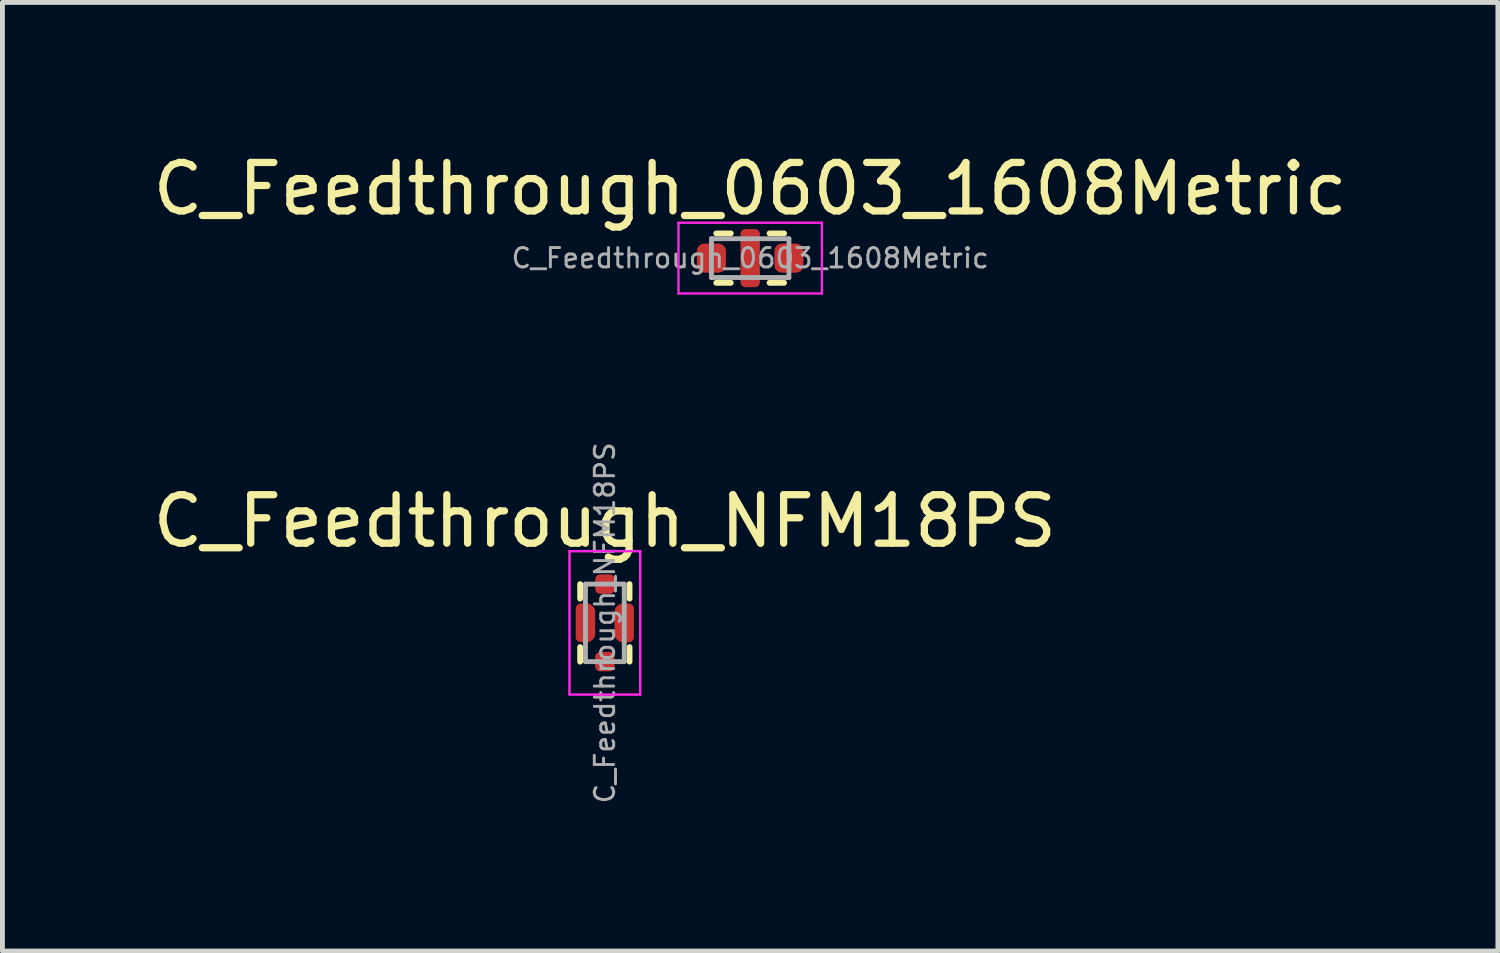
<source format=kicad_pcb>
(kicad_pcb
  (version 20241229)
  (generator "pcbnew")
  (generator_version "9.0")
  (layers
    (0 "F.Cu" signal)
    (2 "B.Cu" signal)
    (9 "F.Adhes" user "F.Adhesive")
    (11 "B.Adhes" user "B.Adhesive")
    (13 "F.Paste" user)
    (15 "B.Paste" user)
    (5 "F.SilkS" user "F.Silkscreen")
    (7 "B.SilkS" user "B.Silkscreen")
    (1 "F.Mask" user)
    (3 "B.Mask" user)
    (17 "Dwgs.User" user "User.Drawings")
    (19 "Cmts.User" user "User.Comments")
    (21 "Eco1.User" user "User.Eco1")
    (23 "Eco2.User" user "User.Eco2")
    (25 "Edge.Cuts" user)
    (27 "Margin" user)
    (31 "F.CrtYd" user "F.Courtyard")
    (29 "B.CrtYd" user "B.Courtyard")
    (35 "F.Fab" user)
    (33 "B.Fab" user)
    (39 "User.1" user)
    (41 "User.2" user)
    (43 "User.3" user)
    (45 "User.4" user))
  (footprint "C_Feedthrough_0603_1608Metric"
    (layer "F.Cu")
    (at 12.435 2.278)
    (property "Reference" "C_Feedthrough_0603_1608Metric" (at 0 -1.43 0) (layer "F.SilkS") (effects (font (size 1 1) (thickness 0.15))))
    (attr smd)
    (fp_line (start -0.7 -0.51) (end -0.4 -0.51) (stroke (width 0.12) (type solid)) (layer "F.SilkS"))
    (fp_line (start -0.7 0.51) (end -0.4 0.51) (stroke (width 0.12) (type solid)) (layer "F.SilkS"))
    (fp_line (start 0.4 -0.51) (end 0.7 -0.51) (stroke (width 0.12) (type solid)) (layer "F.SilkS"))
    (fp_line (start 0.4 0.51) (end 0.7 0.51) (stroke (width 0.12) (type solid)) (layer "F.SilkS"))
    (fp_line (start -1.48 -0.73) (end 1.48 -0.73) (stroke (width 0.05) (type solid)) (layer "F.CrtYd"))
    (fp_line (start -1.48 0.73) (end -1.48 -0.73) (stroke (width 0.05) (type solid)) (layer "F.CrtYd"))
    (fp_line (start 1.48 -0.73) (end 1.48 0.73) (stroke (width 0.05) (type solid)) (layer "F.CrtYd"))
    (fp_line (start 1.48 0.73) (end -1.48 0.73) (stroke (width 0.05) (type solid)) (layer "F.CrtYd"))
    (fp_line (start -0.8 -0.4) (end 0.8 -0.4) (stroke (width 0.1) (type solid)) (layer "F.Fab"))
    (fp_line (start -0.8 0.4) (end -0.8 -0.4) (stroke (width 0.1) (type solid)) (layer "F.Fab"))
    (fp_line (start 0.8 -0.4) (end 0.8 0.4) (stroke (width 0.1) (type solid)) (layer "F.Fab"))
    (fp_line (start 0.8 0.4) (end -0.8 0.4) (stroke (width 0.1) (type solid)) (layer "F.Fab"))
    (fp_text user "${REFERENCE}" (at 0 0 0) (layer "F.Fab") (effects (font (size 0.4 0.4) (thickness 0.06))))
    (pad "" smd roundrect (at 0 -0.4) (size 0.4 0.4) (layers "F.Mask" "F.Paste") (roundrect_rratio 0.25))
    (pad "" smd roundrect (at 0 0.4) (size 0.4 0.4) (layers "F.Mask" "F.Paste") (roundrect_rratio 0.25))
    (pad "1" smd roundrect (at -0.8 0) (size 0.6 0.6) (layers "F.Cu" "F.Mask" "F.Paste") (roundrect_rratio 0.25))
    (pad "2" smd roundrect (at 0 0) (size 0.4 1.2) (layers "F.Cu") (roundrect_rratio 0.25))
    (pad "3" smd roundrect (at 0.8 0) (size 0.6 0.6) (layers "F.Cu" "F.Mask" "F.Paste") (roundrect_rratio 0.25)))
  (footprint "C_Feedthrough_NFM18PS"
    (layer "F.Cu")
    (at 9.435 9.807)
    (property "Reference" "C_Feedthrough_NFM18PS" (at 0 -2.1 0) (layer "F.SilkS") (effects (font (size 1 1) (thickness 0.15))))
    (attr smd)
    (fp_line (start -0.51 -0.5) (end -0.51 -0.8) (stroke (width 0.12) (type solid)) (layer "F.SilkS"))
    (fp_line (start -0.51 0.8) (end -0.51 0.5) (stroke (width 0.12) (type solid)) (layer "F.SilkS"))
    (fp_line (start 0.51 -0.5) (end 0.51 -0.8) (stroke (width 0.12) (type solid)) (layer "F.SilkS"))
    (fp_line (start 0.51 0.8) (end 0.51 0.5) (stroke (width 0.12) (type solid)) (layer "F.SilkS"))
    (fp_line (start -0.73 -1.48) (end 0.73 -1.48) (stroke (width 0.05) (type solid)) (layer "F.CrtYd"))
    (fp_line (start -0.73 1.48) (end -0.73 -1.48) (stroke (width 0.05) (type solid)) (layer "F.CrtYd"))
    (fp_line (start 0.73 -1.48) (end 0.73 1.48) (stroke (width 0.05) (type solid)) (layer "F.CrtYd"))
    (fp_line (start 0.73 1.48) (end -0.73 1.48) (stroke (width 0.05) (type solid)) (layer "F.CrtYd"))
    (fp_line (start -0.4 -0.8) (end 0.4 -0.8) (stroke (width 0.1) (type solid)) (layer "F.Fab"))
    (fp_line (start -0.4 0.8) (end -0.4 -0.8) (stroke (width 0.1) (type solid)) (layer "F.Fab"))
    (fp_line (start 0.4 -0.8) (end 0.4 0.8) (stroke (width 0.1) (type solid)) (layer "F.Fab"))
    (fp_line (start 0.4 0.8) (end -0.4 0.8) (stroke (width 0.1) (type solid)) (layer "F.Fab"))
    (fp_text user "${REFERENCE}" (at 0 0 90) (layer "F.Fab") (effects (font (size 0.4 0.4) (thickness 0.06))))
    (pad "1" smd custom (at -0.4 0) (size 0.2 0.2) (layers "F.Cu" "F.Mask" "F.Paste") (options (anchor circle)) (primitives (gr_poly (pts (xy 0.1 -0.25) (xy 0.1 0.25) (xy 0.05 0.3) (xy -0.1 0.3) (xy -0.1 -0.3) (xy 0.05 -0.3)) (width 0.2) (fill yes))))
    (pad "2" smd roundrect (at 0 -0.8 180) (size 0.4 0.4) (layers "F.Cu" "F.Mask" "F.Paste") (roundrect_rratio 0.25))
    (pad "2" smd roundrect (at 0 0.8 180) (size 0.4 0.4) (layers "F.Cu" "F.Mask" "F.Paste") (roundrect_rratio 0.25))
    (pad "3" smd custom (at 0.4 0 180) (size 0.2 0.2) (layers "F.Cu" "F.Mask" "F.Paste") (options (anchor circle)) (primitives (gr_poly (pts (xy 0.1 -0.25) (xy 0.1 0.25) (xy 0.05 0.3) (xy -0.1 0.3) (xy -0.1 -0.3) (xy 0.05 -0.3)) (width 0.2) (fill yes)))))
  (gr_rect
    (start -3 -3)
    (end 27.869 16.581)
    (stroke (width 0.1) (type default))
    (fill no)
    (layer "Edge.Cuts")))
</source>
